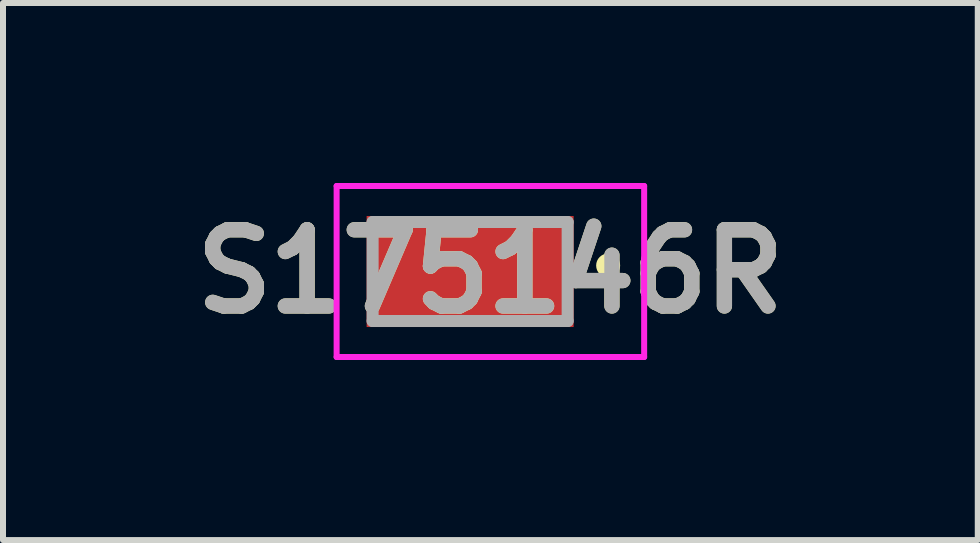
<source format=kicad_pcb>
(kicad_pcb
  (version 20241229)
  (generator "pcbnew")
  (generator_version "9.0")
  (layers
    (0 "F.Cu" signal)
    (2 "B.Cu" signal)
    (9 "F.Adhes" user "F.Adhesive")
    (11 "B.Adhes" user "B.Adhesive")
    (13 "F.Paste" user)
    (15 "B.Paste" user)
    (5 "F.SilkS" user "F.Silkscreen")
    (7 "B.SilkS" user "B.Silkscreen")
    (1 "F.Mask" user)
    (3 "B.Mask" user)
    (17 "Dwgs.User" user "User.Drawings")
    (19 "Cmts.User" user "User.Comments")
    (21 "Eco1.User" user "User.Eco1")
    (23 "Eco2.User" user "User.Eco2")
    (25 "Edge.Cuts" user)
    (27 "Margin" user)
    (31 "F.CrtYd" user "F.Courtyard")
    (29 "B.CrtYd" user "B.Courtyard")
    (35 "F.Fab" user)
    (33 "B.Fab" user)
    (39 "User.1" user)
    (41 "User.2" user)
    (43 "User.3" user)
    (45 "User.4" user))
  (footprint "S175146R"
    (layer "F.Cu")
    (at 4.785 1.475)
    (property "Reference" "S175146R" (at 0.337 0 0) (layer "F.SilkS") (effects (font (size 1.27 1.27) (thickness 0.254))))
    (attr smd)
    (fp_line (start 2.3 -0.2) (end 2.3 -0.2) (stroke (width 0.2) (type solid)) (layer "F.SilkS"))
    (fp_line (start 2.3 0) (end 2.3 0) (stroke (width 0.2) (type solid)) (layer "F.SilkS"))
    (fp_arc (start 2.3 -0.2) (mid 2.4 -0.1) (end 2.3 0) (stroke (width 0.2) (type solid)) (layer "F.SilkS"))
    (fp_arc (start 2.3 0) (mid 2.2 -0.1) (end 2.3 -0.2) (stroke (width 0.2) (type solid)) (layer "F.SilkS"))
    (fp_line (start -2.225 -1.425) (end 2.9 -1.425) (stroke (width 0.1) (type solid)) (layer "F.CrtYd"))
    (fp_line (start -2.225 1.425) (end -2.225 -1.425) (stroke (width 0.1) (type solid)) (layer "F.CrtYd"))
    (fp_line (start 2.9 -1.425) (end 2.9 1.425) (stroke (width 0.1) (type solid)) (layer "F.CrtYd"))
    (fp_line (start 2.9 1.425) (end -2.225 1.425) (stroke (width 0.1) (type solid)) (layer "F.CrtYd"))
    (fp_line (start -1.625 -0.825) (end 1.625 -0.825) (stroke (width 0.2) (type solid)) (layer "F.Fab"))
    (fp_line (start -1.625 0.825) (end -1.625 -0.825) (stroke (width 0.2) (type solid)) (layer "F.Fab"))
    (fp_line (start 1.625 -0.825) (end 1.625 0.825) (stroke (width 0.2) (type solid)) (layer "F.Fab"))
    (fp_line (start 1.625 0.825) (end -1.625 0.825) (stroke (width 0.2) (type solid)) (layer "F.Fab"))
    (fp_text user "${REFERENCE}" (at 0.337 0 0) (layer "F.Fab") (effects (font (size 1.27 1.27) (thickness 0.254))))
    (pad "1" smd rect (at 0 0 90) (size 1.85 3.45) (layers "F.Cu" "F.Mask" "F.Paste")))
  (gr_rect
    (start -3 -3)
    (end 13.245 5.95)
    (stroke (width 0.1) (type default))
    (fill no)
    (layer "Edge.Cuts")))
</source>
